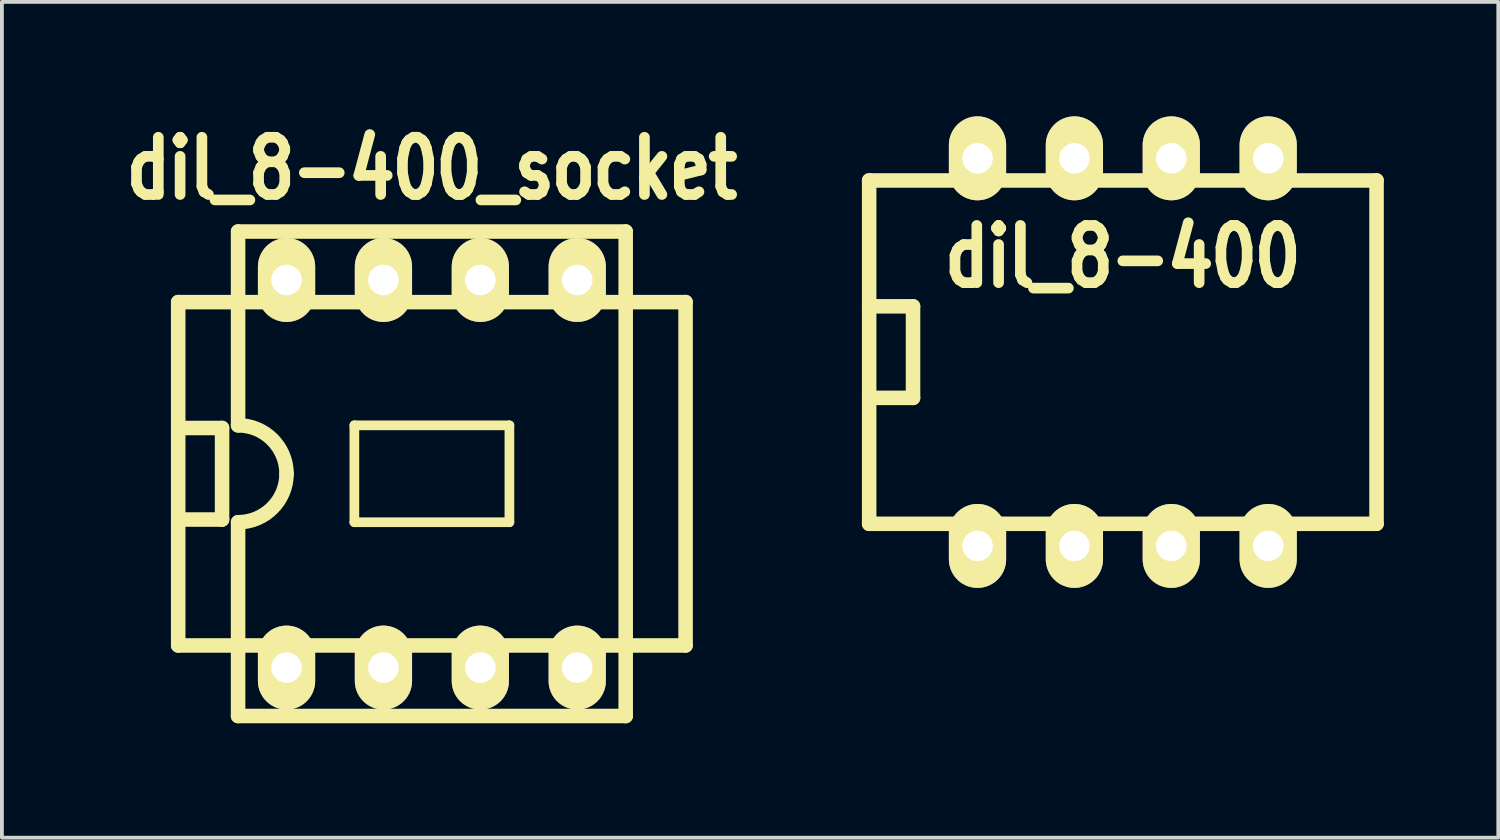
<source format=kicad_pcb>
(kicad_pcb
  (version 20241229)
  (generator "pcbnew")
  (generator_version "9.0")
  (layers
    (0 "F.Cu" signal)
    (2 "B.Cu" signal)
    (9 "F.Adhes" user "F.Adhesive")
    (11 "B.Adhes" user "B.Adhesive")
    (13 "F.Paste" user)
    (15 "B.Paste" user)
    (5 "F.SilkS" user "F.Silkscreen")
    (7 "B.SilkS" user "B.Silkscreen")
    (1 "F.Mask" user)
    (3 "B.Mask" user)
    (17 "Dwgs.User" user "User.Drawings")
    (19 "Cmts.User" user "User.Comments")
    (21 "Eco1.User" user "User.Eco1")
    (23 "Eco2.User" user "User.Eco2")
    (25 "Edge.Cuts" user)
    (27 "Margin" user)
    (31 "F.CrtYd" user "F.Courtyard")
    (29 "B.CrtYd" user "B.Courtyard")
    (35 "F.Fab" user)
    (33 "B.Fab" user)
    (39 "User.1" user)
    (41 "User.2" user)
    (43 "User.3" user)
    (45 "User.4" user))
  (footprint "dil_8-400"
    (layer "F.Cu")
    (at 26.383 6.18)
    (property "Reference" "dil_8-400" (at 0 -2.5 0) (layer "F.SilkS") (effects (font (size 1.5 1.2) (thickness 0.28))))
    (attr through_hole)
    (fp_line (start -6.65 -4.5) (end 6.65 -4.5) (stroke (width 0.381) (type solid)) (layer "F.SilkS"))
    (fp_line (start -6.65 4.5) (end -6.65 -4.5) (stroke (width 0.381) (type solid)) (layer "F.SilkS"))
    (fp_line (start -5.5 -1.2) (end -6.65 -1.2) (stroke (width 0.381) (type solid)) (layer "F.SilkS"))
    (fp_line (start -5.5 -1.2) (end -5.5 1.2) (stroke (width 0.381) (type solid)) (layer "F.SilkS"))
    (fp_line (start -5.5 1.2) (end -6.65 1.2) (stroke (width 0.381) (type solid)) (layer "F.SilkS"))
    (fp_line (start 6.65 -4.5) (end 6.65 4.5) (stroke (width 0.381) (type solid)) (layer "F.SilkS"))
    (fp_line (start 6.65 4.5) (end -6.65 4.5) (stroke (width 0.381) (type solid)) (layer "F.SilkS"))
    (pad "1" thru_hole oval (at -3.81 5.08) (size 1.5 2.2) (drill 0.8) (layers "*.Cu" "*.Mask" "F.SilkS"))
    (pad "2" thru_hole oval (at -1.27 5.08) (size 1.5 2.2) (drill 0.8) (layers "*.Cu" "*.Mask" "F.SilkS"))
    (pad "3" thru_hole oval (at 1.27 5.08) (size 1.5 2.2) (drill 0.8) (layers "*.Cu" "*.Mask" "F.SilkS"))
    (pad "4" thru_hole oval (at 3.81 5.08) (size 1.5 2.2) (drill 0.8) (layers "*.Cu" "*.Mask" "F.SilkS"))
    (pad "5" thru_hole oval (at 3.81 -5.08) (size 1.5 2.2) (drill 0.8) (layers "*.Cu" "*.Mask" "F.SilkS"))
    (pad "6" thru_hole oval (at 1.27 -5.08) (size 1.5 2.2) (drill 0.8) (layers "*.Cu" "*.Mask" "F.SilkS"))
    (pad "7" thru_hole oval (at -1.27 -5.08) (size 1.5 2.2) (drill 0.8) (layers "*.Cu" "*.Mask" "F.SilkS"))
    (pad "8" thru_hole oval (at -3.81 -5.08) (size 1.5 2.2) (drill 0.8) (layers "*.Cu" "*.Mask" "F.SilkS")))
  (footprint "dil_8-400_socket"
    (layer "F.Cu")
    (at 8.271 9.369)
    (property "Reference" "dil_8-400_socket" (at 0 -8 0) (layer "F.SilkS") (effects (font (size 1.5 1.2) (thickness 0.28))))
    (attr through_hole)
    (fp_line (start -6.65 -4.5) (end 6.65 -4.5) (stroke (width 0.381) (type solid)) (layer "F.SilkS"))
    (fp_line (start -6.65 4.5) (end -6.65 -4.5) (stroke (width 0.381) (type solid)) (layer "F.SilkS"))
    (fp_line (start -6.65 4.5) (end 6.65 4.5) (stroke (width 0.381) (type solid)) (layer "F.SilkS"))
    (fp_line (start -5.5 -1.2) (end -6.65 -1.2) (stroke (width 0.381) (type solid)) (layer "F.SilkS"))
    (fp_line (start -5.5 -1.2) (end -5.5 1.2) (stroke (width 0.381) (type solid)) (layer "F.SilkS"))
    (fp_line (start -5.5 1.2) (end -6.65 1.2) (stroke (width 0.381) (type solid)) (layer "F.SilkS"))
    (fp_line (start -5.08 -6.35) (end -5.08 -1.27) (stroke (width 0.381) (type solid)) (layer "F.SilkS"))
    (fp_line (start -5.08 6.35) (end -5.08 1.27) (stroke (width 0.381) (type solid)) (layer "F.SilkS"))
    (fp_line (start -2.032 -1.27) (end -2.032 1.27) (stroke (width 0.254) (type solid)) (layer "F.SilkS"))
    (fp_line (start -2.032 -1.27) (end 2.032 -1.27) (stroke (width 0.254) (type solid)) (layer "F.SilkS"))
    (fp_line (start 2.032 1.27) (end -2.032 1.27) (stroke (width 0.254) (type solid)) (layer "F.SilkS"))
    (fp_line (start 2.032 1.27) (end 2.032 -1.27) (stroke (width 0.254) (type solid)) (layer "F.SilkS"))
    (fp_line (start 5.08 -6.35) (end -5.08 -6.35) (stroke (width 0.381) (type solid)) (layer "F.SilkS"))
    (fp_line (start 5.08 -6.35) (end 5.08 6.35) (stroke (width 0.381) (type solid)) (layer "F.SilkS"))
    (fp_line (start 5.08 6.35) (end -5.08 6.35) (stroke (width 0.381) (type solid)) (layer "F.SilkS"))
    (fp_line (start 6.65 -4.5) (end 6.65 4.5) (stroke (width 0.381) (type solid)) (layer "F.SilkS"))
    (fp_arc (start -5.08 -1.27) (mid -4.181974 -0.898026) (end -3.81 0) (stroke (width 0.381) (type solid)) (layer "F.SilkS"))
    (fp_arc (start -3.81 0) (mid -4.181974 0.898026) (end -5.08 1.27) (stroke (width 0.381) (type solid)) (layer "F.SilkS"))
    (pad "1" thru_hole oval (at -3.81 5.08) (size 1.5 2.2) (drill 0.8) (layers "*.Cu" "*.Mask" "F.SilkS"))
    (pad "2" thru_hole oval (at -1.27 5.08) (size 1.5 2.2) (drill 0.8) (layers "*.Cu" "*.Mask" "F.SilkS"))
    (pad "3" thru_hole oval (at 1.27 5.08) (size 1.5 2.2) (drill 0.8) (layers "*.Cu" "*.Mask" "F.SilkS"))
    (pad "4" thru_hole oval (at 3.81 5.08) (size 1.5 2.2) (drill 0.8) (layers "*.Cu" "*.Mask" "F.SilkS"))
    (pad "5" thru_hole oval (at 3.81 -5.08) (size 1.5 2.2) (drill 0.8) (layers "*.Cu" "*.Mask" "F.SilkS"))
    (pad "6" thru_hole oval (at 1.27 -5.08) (size 1.5 2.2) (drill 0.8) (layers "*.Cu" "*.Mask" "F.SilkS"))
    (pad "7" thru_hole oval (at -1.27 -5.08) (size 1.5 2.2) (drill 0.8) (layers "*.Cu" "*.Mask" "F.SilkS"))
    (pad "8" thru_hole oval (at -3.81 -5.08) (size 1.5 2.2) (drill 0.8) (layers "*.Cu" "*.Mask" "F.SilkS")))
  (gr_rect
    (start -3 -3)
    (end 36.224 18.909)
    (stroke (width 0.1) (type default))
    (fill no)
    (layer "Edge.Cuts")))
</source>
